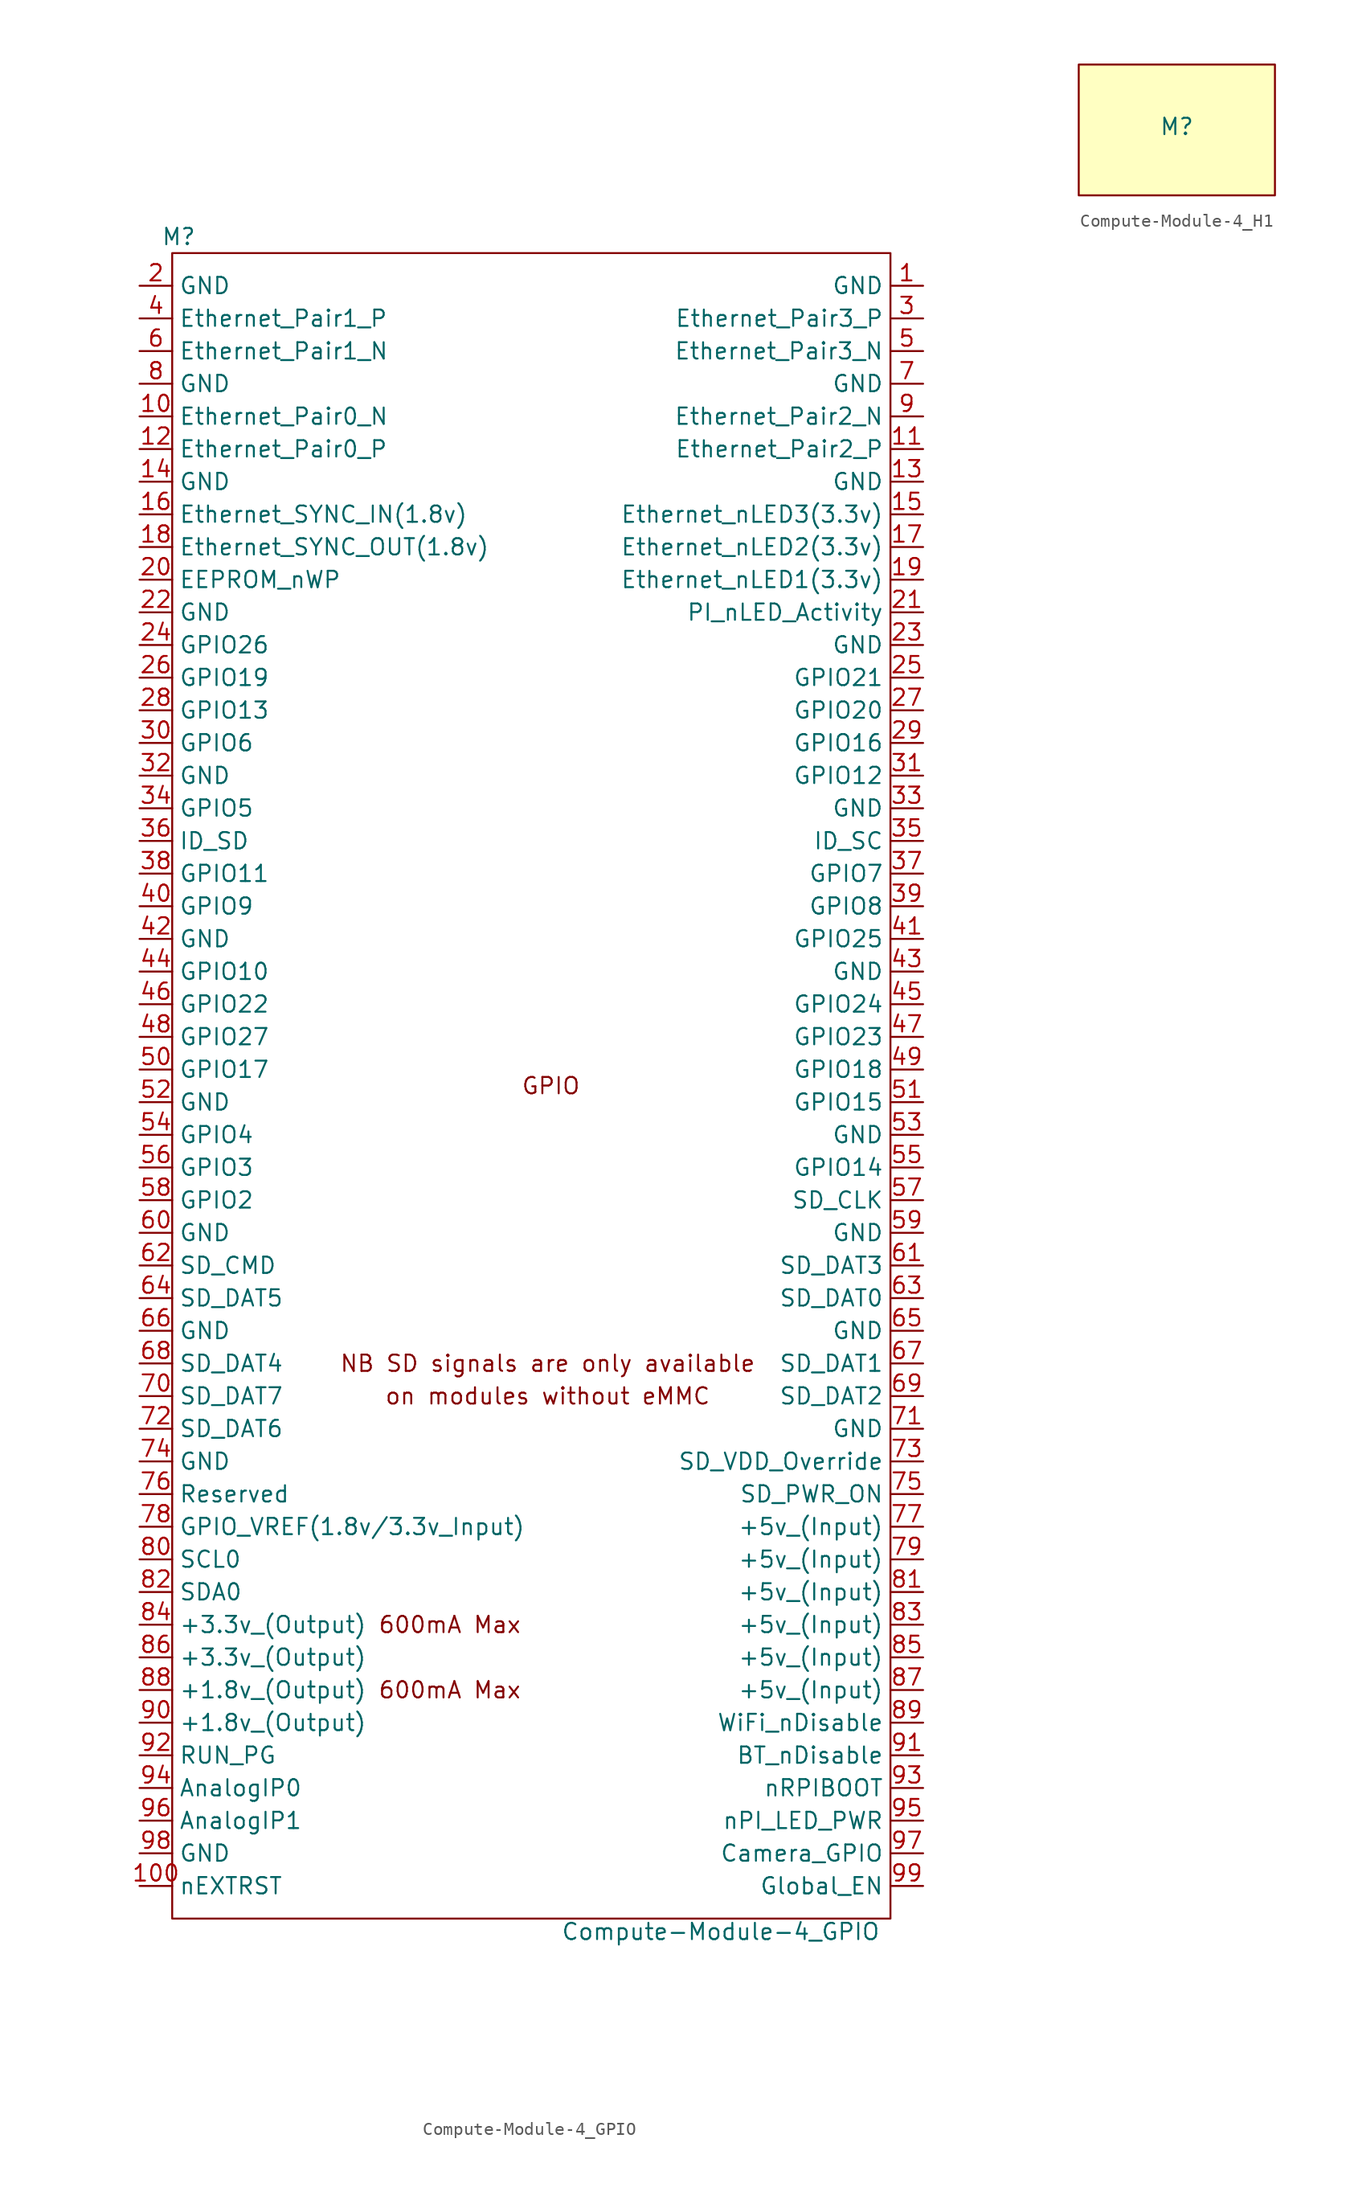
<source format=kicad_sym>
(kicad_symbol_lib
  (version 20241209)
  (generator "kicad_symbol_editor")
  (generator_version "9.0")
  (symbol "Compute-Module-4_GPIO"
    (property "Reference" "M"
      (at -28.702 66.04 0)
      (effects (font (size 1.27 1.27))))
    (property "Value" "Compute-Module-4_GPIO"
      (at 13.462 -65.786 0)
      (effects (font (size 1.27 1.27))))
    (symbol "Compute-Module-4_GPIO_1_0"
      (text "GPIO" (at 0.254 0 0) (effects (font (size 1.27 1.27)))))
    (symbol "Compute-Module-4_GPIO_1_1"
      (rectangle (start -29.21 64.77) (end 26.67 -64.77) (stroke (width 0) (type default)) (fill (type none)))
      (text "600mA Max" (at -7.62 -41.91 0) (effects (font (size 1.27 1.27))))
      (text "600mA Max" (at -7.62 -46.99 0) (effects (font (size 1.27 1.27))))
      (text "NB SD signals are only available" (at 0 -21.59 0) (effects (font (size 1.27 1.27))))
      (text "on modules without eMMC" (at 0 -24.13 0) (effects (font (size 1.27 1.27))))
      (pin power_in line (at -31.75 62.23 0) (length 2.54) (name "GND" (effects (font (size 1.27 1.27)))) (number "2" (effects (font (size 1.27 1.27)))))
      (pin passive line (at -31.75 59.69 0) (length 2.54) (name "Ethernet_Pair1_P" (effects (font (size 1.27 1.27)))) (number "4" (effects (font (size 1.27 1.27)))))
      (pin passive line (at -31.75 57.15 0) (length 2.54) (name "Ethernet_Pair1_N" (effects (font (size 1.27 1.27)))) (number "6" (effects (font (size 1.27 1.27)))))
      (pin power_in line (at -31.75 54.61 0) (length 2.54) (name "GND" (effects (font (size 1.27 1.27)))) (number "8" (effects (font (size 1.27 1.27)))))
      (pin passive line (at -31.75 52.07 0) (length 2.54) (name "Ethernet_Pair0_N" (effects (font (size 1.27 1.27)))) (number "10" (effects (font (size 1.27 1.27)))))
      (pin passive line (at -31.75 49.53 0) (length 2.54) (name "Ethernet_Pair0_P" (effects (font (size 1.27 1.27)))) (number "12" (effects (font (size 1.27 1.27)))))
      (pin power_in line (at -31.75 46.99 0) (length 2.54) (name "GND" (effects (font (size 1.27 1.27)))) (number "14" (effects (font (size 1.27 1.27)))))
      (pin input line (at -31.75 44.45 0) (length 2.54) (name "Ethernet_SYNC_IN(1.8v)" (effects (font (size 1.27 1.27)))) (number "16" (effects (font (size 1.27 1.27)))))
      (pin input line (at -31.75 41.91 0) (length 2.54) (name "Ethernet_SYNC_OUT(1.8v)" (effects (font (size 1.27 1.27)))) (number "18" (effects (font (size 1.27 1.27)))))
      (pin passive line (at -31.75 39.37 0) (length 2.54) (name "EEPROM_nWP" (effects (font (size 1.27 1.27)))) (number "20" (effects (font (size 1.27 1.27)))))
      (pin power_in line (at -31.75 36.83 0) (length 2.54) (name "GND" (effects (font (size 1.27 1.27)))) (number "22" (effects (font (size 1.27 1.27)))))
      (pin passive line (at -31.75 34.29 0) (length 2.54) (name "GPIO26" (effects (font (size 1.27 1.27)))) (number "24" (effects (font (size 1.27 1.27)))))
      (pin passive line (at -31.75 31.75 0) (length 2.54) (name "GPIO19" (effects (font (size 1.27 1.27)))) (number "26" (effects (font (size 1.27 1.27)))))
      (pin passive line (at -31.75 29.21 0) (length 2.54) (name "GPIO13" (effects (font (size 1.27 1.27)))) (number "28" (effects (font (size 1.27 1.27)))))
      (pin passive line (at -31.75 26.67 0) (length 2.54) (name "GPIO6" (effects (font (size 1.27 1.27)))) (number "30" (effects (font (size 1.27 1.27)))))
      (pin power_in line (at -31.75 24.13 0) (length 2.54) (name "GND" (effects (font (size 1.27 1.27)))) (number "32" (effects (font (size 1.27 1.27)))))
      (pin passive line (at -31.75 21.59 0) (length 2.54) (name "GPIO5" (effects (font (size 1.27 1.27)))) (number "34" (effects (font (size 1.27 1.27)))))
      (pin passive line (at -31.75 19.05 0) (length 2.54) (name "ID_SD" (effects (font (size 1.27 1.27)))) (number "36" (effects (font (size 1.27 1.27)))))
      (pin passive line (at -31.75 16.51 0) (length 2.54) (name "GPIO11" (effects (font (size 1.27 1.27)))) (number "38" (effects (font (size 1.27 1.27)))))
      (pin passive line (at -31.75 13.97 0) (length 2.54) (name "GPIO9" (effects (font (size 1.27 1.27)))) (number "40" (effects (font (size 1.27 1.27)))))
      (pin power_in line (at -31.75 11.43 0) (length 2.54) (name "GND" (effects (font (size 1.27 1.27)))) (number "42" (effects (font (size 1.27 1.27)))))
      (pin passive line (at -31.75 8.89 0) (length 2.54) (name "GPIO10" (effects (font (size 1.27 1.27)))) (number "44" (effects (font (size 1.27 1.27)))))
      (pin passive line (at -31.75 6.35 0) (length 2.54) (name "GPIO22" (effects (font (size 1.27 1.27)))) (number "46" (effects (font (size 1.27 1.27)))))
      (pin passive line (at -31.75 3.81 0) (length 2.54) (name "GPIO27" (effects (font (size 1.27 1.27)))) (number "48" (effects (font (size 1.27 1.27)))))
      (pin passive line (at -31.75 1.27 0) (length 2.54) (name "GPIO17" (effects (font (size 1.27 1.27)))) (number "50" (effects (font (size 1.27 1.27)))))
      (pin power_in line (at -31.75 -1.27 0) (length 2.54) (name "GND" (effects (font (size 1.27 1.27)))) (number "52" (effects (font (size 1.27 1.27)))))
      (pin passive line (at -31.75 -3.81 0) (length 2.54) (name "GPIO4" (effects (font (size 1.27 1.27)))) (number "54" (effects (font (size 1.27 1.27)))))
      (pin passive line (at -31.75 -6.35 0) (length 2.54) (name "GPIO3" (effects (font (size 1.27 1.27)))) (number "56" (effects (font (size 1.27 1.27)))))
      (pin passive line (at -31.75 -8.89 0) (length 2.54) (name "GPIO2" (effects (font (size 1.27 1.27)))) (number "58" (effects (font (size 1.27 1.27)))))
      (pin power_in line (at -31.75 -11.43 0) (length 2.54) (name "GND" (effects (font (size 1.27 1.27)))) (number "60" (effects (font (size 1.27 1.27)))))
      (pin passive line (at -31.75 -13.97 0) (length 2.54) (name "SD_CMD" (effects (font (size 1.27 1.27)))) (number "62" (effects (font (size 1.27 1.27)))))
      (pin passive line (at -31.75 -16.51 0) (length 2.54) (name "SD_DAT5" (effects (font (size 1.27 1.27)))) (number "64" (effects (font (size 1.27 1.27)))))
      (pin power_in line (at -31.75 -19.05 0) (length 2.54) (name "GND" (effects (font (size 1.27 1.27)))) (number "66" (effects (font (size 1.27 1.27)))))
      (pin passive line (at -31.75 -21.59 0) (length 2.54) (name "SD_DAT4" (effects (font (size 1.27 1.27)))) (number "68" (effects (font (size 1.27 1.27)))))
      (pin passive line (at -31.75 -24.13 0) (length 2.54) (name "SD_DAT7" (effects (font (size 1.27 1.27)))) (number "70" (effects (font (size 1.27 1.27)))))
      (pin passive line (at -31.75 -26.67 0) (length 2.54) (name "SD_DAT6" (effects (font (size 1.27 1.27)))) (number "72" (effects (font (size 1.27 1.27)))))
      (pin power_in line (at -31.75 -29.21 0) (length 2.54) (name "GND" (effects (font (size 1.27 1.27)))) (number "74" (effects (font (size 1.27 1.27)))))
      (pin passive line (at -31.75 -31.75 0) (length 2.54) (name "Reserved" (effects (font (size 1.27 1.27)))) (number "76" (effects (font (size 1.27 1.27)))))
      (pin power_in line (at -31.75 -34.29 0) (length 2.54) (name "GPIO_VREF(1.8v/3.3v_Input)" (effects (font (size 1.27 1.27)))) (number "78" (effects (font (size 1.27 1.27)))))
      (pin passive line (at -31.75 -36.83 0) (length 2.54) (name "SCL0" (effects (font (size 1.27 1.27)))) (number "80" (effects (font (size 1.27 1.27)))))
      (pin passive line (at -31.75 -39.37 0) (length 2.54) (name "SDA0" (effects (font (size 1.27 1.27)))) (number "82" (effects (font (size 1.27 1.27)))))
      (pin power_out line (at -31.75 -41.91 0) (length 2.54) (name "+3.3v_(Output)" (effects (font (size 1.27 1.27)))) (number "84" (effects (font (size 1.27 1.27)))))
      (pin power_out line (at -31.75 -44.45 0) (length 2.54) (name "+3.3v_(Output)" (effects (font (size 1.27 1.27)))) (number "86" (effects (font (size 1.27 1.27)))))
      (pin power_out line (at -31.75 -46.99 0) (length 2.54) (name "+1.8v_(Output)" (effects (font (size 1.27 1.27)))) (number "88" (effects (font (size 1.27 1.27)))))
      (pin power_out line (at -31.75 -49.53 0) (length 2.54) (name "+1.8v_(Output)" (effects (font (size 1.27 1.27)))) (number "90" (effects (font (size 1.27 1.27)))))
      (pin passive line (at -31.75 -52.07 0) (length 2.54) (name "RUN_PG" (effects (font (size 1.27 1.27)))) (number "92" (effects (font (size 1.27 1.27)))))
      (pin passive line (at -31.75 -54.61 0) (length 2.54) (name "AnalogIP0" (effects (font (size 1.27 1.27)))) (number "94" (effects (font (size 1.27 1.27)))))
      (pin passive line (at -31.75 -57.15 0) (length 2.54) (name "AnalogIP1" (effects (font (size 1.27 1.27)))) (number "96" (effects (font (size 1.27 1.27)))))
      (pin power_in line (at -31.75 -59.69 0) (length 2.54) (name "GND" (effects (font (size 1.27 1.27)))) (number "98" (effects (font (size 1.27 1.27)))))
      (pin output line (at -31.75 -62.23 0) (length 2.54) (name "nEXTRST" (effects (font (size 1.27 1.27)))) (number "100" (effects (font (size 1.27 1.27)))))
      (pin power_in line (at 29.21 62.23 180) (length 2.54) (name "GND" (effects (font (size 1.27 1.27)))) (number "1" (effects (font (size 1.27 1.27)))))
      (pin passive line (at 29.21 59.69 180) (length 2.54) (name "Ethernet_Pair3_P" (effects (font (size 1.27 1.27)))) (number "3" (effects (font (size 1.27 1.27)))))
      (pin passive line (at 29.21 57.15 180) (length 2.54) (name "Ethernet_Pair3_N" (effects (font (size 1.27 1.27)))) (number "5" (effects (font (size 1.27 1.27)))))
      (pin power_in line (at 29.21 54.61 180) (length 2.54) (name "GND" (effects (font (size 1.27 1.27)))) (number "7" (effects (font (size 1.27 1.27)))))
      (pin passive line (at 29.21 52.07 180) (length 2.54) (name "Ethernet_Pair2_N" (effects (font (size 1.27 1.27)))) (number "9" (effects (font (size 1.27 1.27)))))
      (pin passive line (at 29.21 49.53 180) (length 2.54) (name "Ethernet_Pair2_P" (effects (font (size 1.27 1.27)))) (number "11" (effects (font (size 1.27 1.27)))))
      (pin power_in line (at 29.21 46.99 180) (length 2.54) (name "GND" (effects (font (size 1.27 1.27)))) (number "13" (effects (font (size 1.27 1.27)))))
      (pin output line (at 29.21 44.45 180) (length 2.54) (name "Ethernet_nLED3(3.3v)" (effects (font (size 1.27 1.27)))) (number "15" (effects (font (size 1.27 1.27)))))
      (pin output line (at 29.21 41.91 180) (length 2.54) (name "Ethernet_nLED2(3.3v)" (effects (font (size 1.27 1.27)))) (number "17" (effects (font (size 1.27 1.27)))))
      (pin output line (at 29.21 39.37 180) (length 2.54) (name "Ethernet_nLED1(3.3v)" (effects (font (size 1.27 1.27)))) (number "19" (effects (font (size 1.27 1.27)))))
      (pin open_collector line (at 29.21 36.83 180) (length 2.54) (name "PI_nLED_Activity" (effects (font (size 1.27 1.27)))) (number "21" (effects (font (size 1.27 1.27)))))
      (pin power_in line (at 29.21 34.29 180) (length 2.54) (name "GND" (effects (font (size 1.27 1.27)))) (number "23" (effects (font (size 1.27 1.27)))))
      (pin passive line (at 29.21 31.75 180) (length 2.54) (name "GPIO21" (effects (font (size 1.27 1.27)))) (number "25" (effects (font (size 1.27 1.27)))))
      (pin passive line (at 29.21 29.21 180) (length 2.54) (name "GPIO20" (effects (font (size 1.27 1.27)))) (number "27" (effects (font (size 1.27 1.27)))))
      (pin passive line (at 29.21 26.67 180) (length 2.54) (name "GPIO16" (effects (font (size 1.27 1.27)))) (number "29" (effects (font (size 1.27 1.27)))))
      (pin passive line (at 29.21 24.13 180) (length 2.54) (name "GPIO12" (effects (font (size 1.27 1.27)))) (number "31" (effects (font (size 1.27 1.27)))))
      (pin power_in line (at 29.21 21.59 180) (length 2.54) (name "GND" (effects (font (size 1.27 1.27)))) (number "33" (effects (font (size 1.27 1.27)))))
      (pin passive line (at 29.21 19.05 180) (length 2.54) (name "ID_SC" (effects (font (size 1.27 1.27)))) (number "35" (effects (font (size 1.27 1.27)))))
      (pin passive line (at 29.21 16.51 180) (length 2.54) (name "GPIO7" (effects (font (size 1.27 1.27)))) (number "37" (effects (font (size 1.27 1.27)))))
      (pin passive line (at 29.21 13.97 180) (length 2.54) (name "GPIO8" (effects (font (size 1.27 1.27)))) (number "39" (effects (font (size 1.27 1.27)))))
      (pin passive line (at 29.21 11.43 180) (length 2.54) (name "GPIO25" (effects (font (size 1.27 1.27)))) (number "41" (effects (font (size 1.27 1.27)))))
      (pin power_in line (at 29.21 8.89 180) (length 2.54) (name "GND" (effects (font (size 1.27 1.27)))) (number "43" (effects (font (size 1.27 1.27)))))
      (pin passive line (at 29.21 6.35 180) (length 2.54) (name "GPIO24" (effects (font (size 1.27 1.27)))) (number "45" (effects (font (size 1.27 1.27)))))
      (pin passive line (at 29.21 3.81 180) (length 2.54) (name "GPIO23" (effects (font (size 1.27 1.27)))) (number "47" (effects (font (size 1.27 1.27)))))
      (pin passive line (at 29.21 1.27 180) (length 2.54) (name "GPIO18" (effects (font (size 1.27 1.27)))) (number "49" (effects (font (size 1.27 1.27)))))
      (pin passive line (at 29.21 -1.27 180) (length 2.54) (name "GPIO15" (effects (font (size 1.27 1.27)))) (number "51" (effects (font (size 1.27 1.27)))))
      (pin power_in line (at 29.21 -3.81 180) (length 2.54) (name "GND" (effects (font (size 1.27 1.27)))) (number "53" (effects (font (size 1.27 1.27)))))
      (pin passive line (at 29.21 -6.35 180) (length 2.54) (name "GPIO14" (effects (font (size 1.27 1.27)))) (number "55" (effects (font (size 1.27 1.27)))))
      (pin passive line (at 29.21 -8.89 180) (length 2.54) (name "SD_CLK" (effects (font (size 1.27 1.27)))) (number "57" (effects (font (size 1.27 1.27)))))
      (pin power_in line (at 29.21 -11.43 180) (length 2.54) (name "GND" (effects (font (size 1.27 1.27)))) (number "59" (effects (font (size 1.27 1.27)))))
      (pin passive line (at 29.21 -13.97 180) (length 2.54) (name "SD_DAT3" (effects (font (size 1.27 1.27)))) (number "61" (effects (font (size 1.27 1.27)))))
      (pin passive line (at 29.21 -16.51 180) (length 2.54) (name "SD_DAT0" (effects (font (size 1.27 1.27)))) (number "63" (effects (font (size 1.27 1.27)))))
      (pin power_in line (at 29.21 -19.05 180) (length 2.54) (name "GND" (effects (font (size 1.27 1.27)))) (number "65" (effects (font (size 1.27 1.27)))))
      (pin passive line (at 29.21 -21.59 180) (length 2.54) (name "SD_DAT1" (effects (font (size 1.27 1.27)))) (number "67" (effects (font (size 1.27 1.27)))))
      (pin passive line (at 29.21 -24.13 180) (length 2.54) (name "SD_DAT2" (effects (font (size 1.27 1.27)))) (number "69" (effects (font (size 1.27 1.27)))))
      (pin power_in line (at 29.21 -26.67 180) (length 2.54) (name "GND" (effects (font (size 1.27 1.27)))) (number "71" (effects (font (size 1.27 1.27)))))
      (pin input line (at 29.21 -29.21 180) (length 2.54) (name "SD_VDD_Override" (effects (font (size 1.27 1.27)))) (number "73" (effects (font (size 1.27 1.27)))))
      (pin output line (at 29.21 -31.75 180) (length 2.54) (name "SD_PWR_ON" (effects (font (size 1.27 1.27)))) (number "75" (effects (font (size 1.27 1.27)))))
      (pin power_in line (at 29.21 -34.29 180) (length 2.54) (name "+5v_(Input)" (effects (font (size 1.27 1.27)))) (number "77" (effects (font (size 1.27 1.27)))))
      (pin power_in line (at 29.21 -36.83 180) (length 2.54) (name "+5v_(Input)" (effects (font (size 1.27 1.27)))) (number "79" (effects (font (size 1.27 1.27)))))
      (pin power_in line (at 29.21 -39.37 180) (length 2.54) (name "+5v_(Input)" (effects (font (size 1.27 1.27)))) (number "81" (effects (font (size 1.27 1.27)))))
      (pin power_in line (at 29.21 -41.91 180) (length 2.54) (name "+5v_(Input)" (effects (font (size 1.27 1.27)))) (number "83" (effects (font (size 1.27 1.27)))))
      (pin power_in line (at 29.21 -44.45 180) (length 2.54) (name "+5v_(Input)" (effects (font (size 1.27 1.27)))) (number "85" (effects (font (size 1.27 1.27)))))
      (pin power_in line (at 29.21 -46.99 180) (length 2.54) (name "+5v_(Input)" (effects (font (size 1.27 1.27)))) (number "87" (effects (font (size 1.27 1.27)))))
      (pin power_in line (at 29.21 -49.53 180) (length 2.54) (name "WiFi_nDisable" (effects (font (size 1.27 1.27)))) (number "89" (effects (font (size 1.27 1.27)))))
      (pin power_in line (at 29.21 -52.07 180) (length 2.54) (name "BT_nDisable" (effects (font (size 1.27 1.27)))) (number "91" (effects (font (size 1.27 1.27)))))
      (pin input line (at 29.21 -54.61 180) (length 2.54) (name "nRPIBOOT" (effects (font (size 1.27 1.27)))) (number "93" (effects (font (size 1.27 1.27)))))
      (pin output line (at 29.21 -57.15 180) (length 2.54) (name "nPI_LED_PWR" (effects (font (size 1.27 1.27)))) (number "95" (effects (font (size 1.27 1.27)))))
      (pin passive line (at 29.21 -59.69 180) (length 2.54) (name "Camera_GPIO" (effects (font (size 1.27 1.27)))) (number "97" (effects (font (size 1.27 1.27)))))
      (pin input line (at 29.21 -62.23 180) (length 2.54) (name "Global_EN" (effects (font (size 1.27 1.27)))) (number "99" (effects (font (size 1.27 1.27)))))))
  (symbol "Compute-Module-4_H1"
    (property "Reference" "M"
      (at 0 0.254 0)
      (effects (font (size 1.27 1.27))))
    (symbol "Compute-Module-4_H1_1_1"
      (rectangle (start -7.62 5.08) (end 7.62 -5.08) (stroke (width 0) (type default)) (fill (type background))))))
</source>
